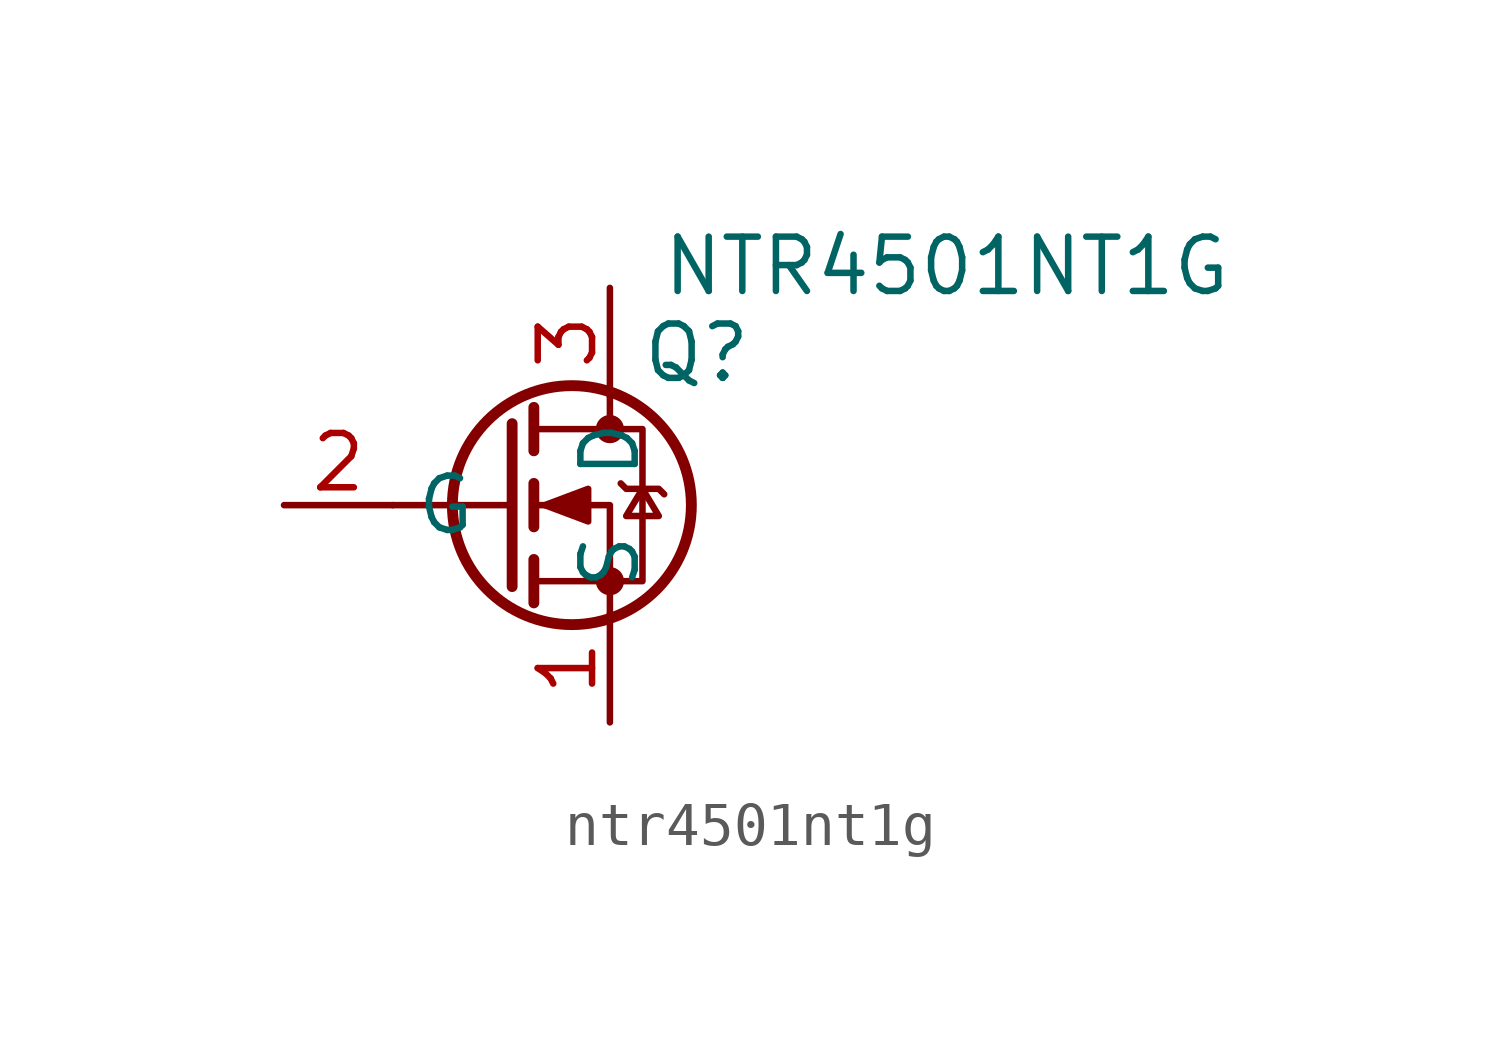
<source format=kicad_sym>
(kicad_symbol_lib
  (version 20241209)
  (generator "kicad_symbol_editor")
  (generator_version "9.0")
  (symbol "ntr4501nt1g"
    (property "Reference" "Q"
      (at 2.032 3.556 0)
      (effects (font (size 1.27 1.27))))
    (property "Value" "NTR4501NT1G"
      (at 7.874 5.588 0)
      (effects (font (size 1.27 1.27))))
    (symbol "ntr4501nt1g_0_1"
      (polyline (pts (xy -2.286 1.905) (xy -2.286 -1.905)) (stroke (width 0.254) (type default)) (fill (type none)))
      (polyline (pts (xy -2.286 0) (xy -5.08 0)) (stroke (width 0) (type default)) (fill (type none)))
      (polyline (pts (xy -1.778 2.286) (xy -1.778 1.27)) (stroke (width 0.254) (type default)) (fill (type none)))
      (polyline (pts (xy -1.778 0.508) (xy -1.778 -0.508)) (stroke (width 0.254) (type default)) (fill (type none)))
      (polyline (pts (xy -1.778 -1.27) (xy -1.778 -2.286)) (stroke (width 0.254) (type default)) (fill (type none)))
      (polyline (pts (xy -1.778 -1.778) (xy 0.762 -1.778) (xy 0.762 1.778) (xy -1.778 1.778)) (stroke (width 0) (type default)) (fill (type none)))
      (polyline (pts (xy -1.524 0) (xy -0.508 0.381) (xy -0.508 -0.381) (xy -1.524 0)) (stroke (width 0) (type default)) (fill (type outline)))
      (circle (center -0.889 0) (radius 2.794) (stroke (width 0.254) (type default)) (fill (type none)))
      (polyline (pts (xy 0 2.54) (xy 0 1.778)) (stroke (width 0) (type default)) (fill (type none)))
      (circle (center 0 1.778) (radius 0.254) (stroke (width 0) (type default)) (fill (type outline)))
      (circle (center 0 -1.778) (radius 0.254) (stroke (width 0) (type default)) (fill (type outline)))
      (polyline (pts (xy 0 -2.54) (xy 0 0) (xy -1.778 0)) (stroke (width 0) (type default)) (fill (type none)))
      (polyline (pts (xy 0.254 0.508) (xy 0.381 0.381) (xy 1.143 0.381) (xy 1.27 0.254)) (stroke (width 0) (type default)) (fill (type none)))
      (polyline (pts (xy 0.762 0.381) (xy 0.381 -0.254) (xy 1.143 -0.254) (xy 0.762 0.381)) (stroke (width 0) (type default)) (fill (type none))))
    (symbol "ntr4501nt1g_1_1"
      (pin input line (at -7.62 0 0) (length 2.54) (name "G" (effects (font (size 1.27 1.27)))) (number "2" (effects (font (size 1.27 1.27)))))
      (pin passive line (at 0 5.08 270) (length 2.54) (name "D" (effects (font (size 1.27 1.27)))) (number "3" (effects (font (size 1.27 1.27)))))
      (pin passive line (at 0 -5.08 90) (length 2.54) (name "S" (effects (font (size 1.27 1.27)))) (number "1" (effects (font (size 1.27 1.27))))))))
</source>
